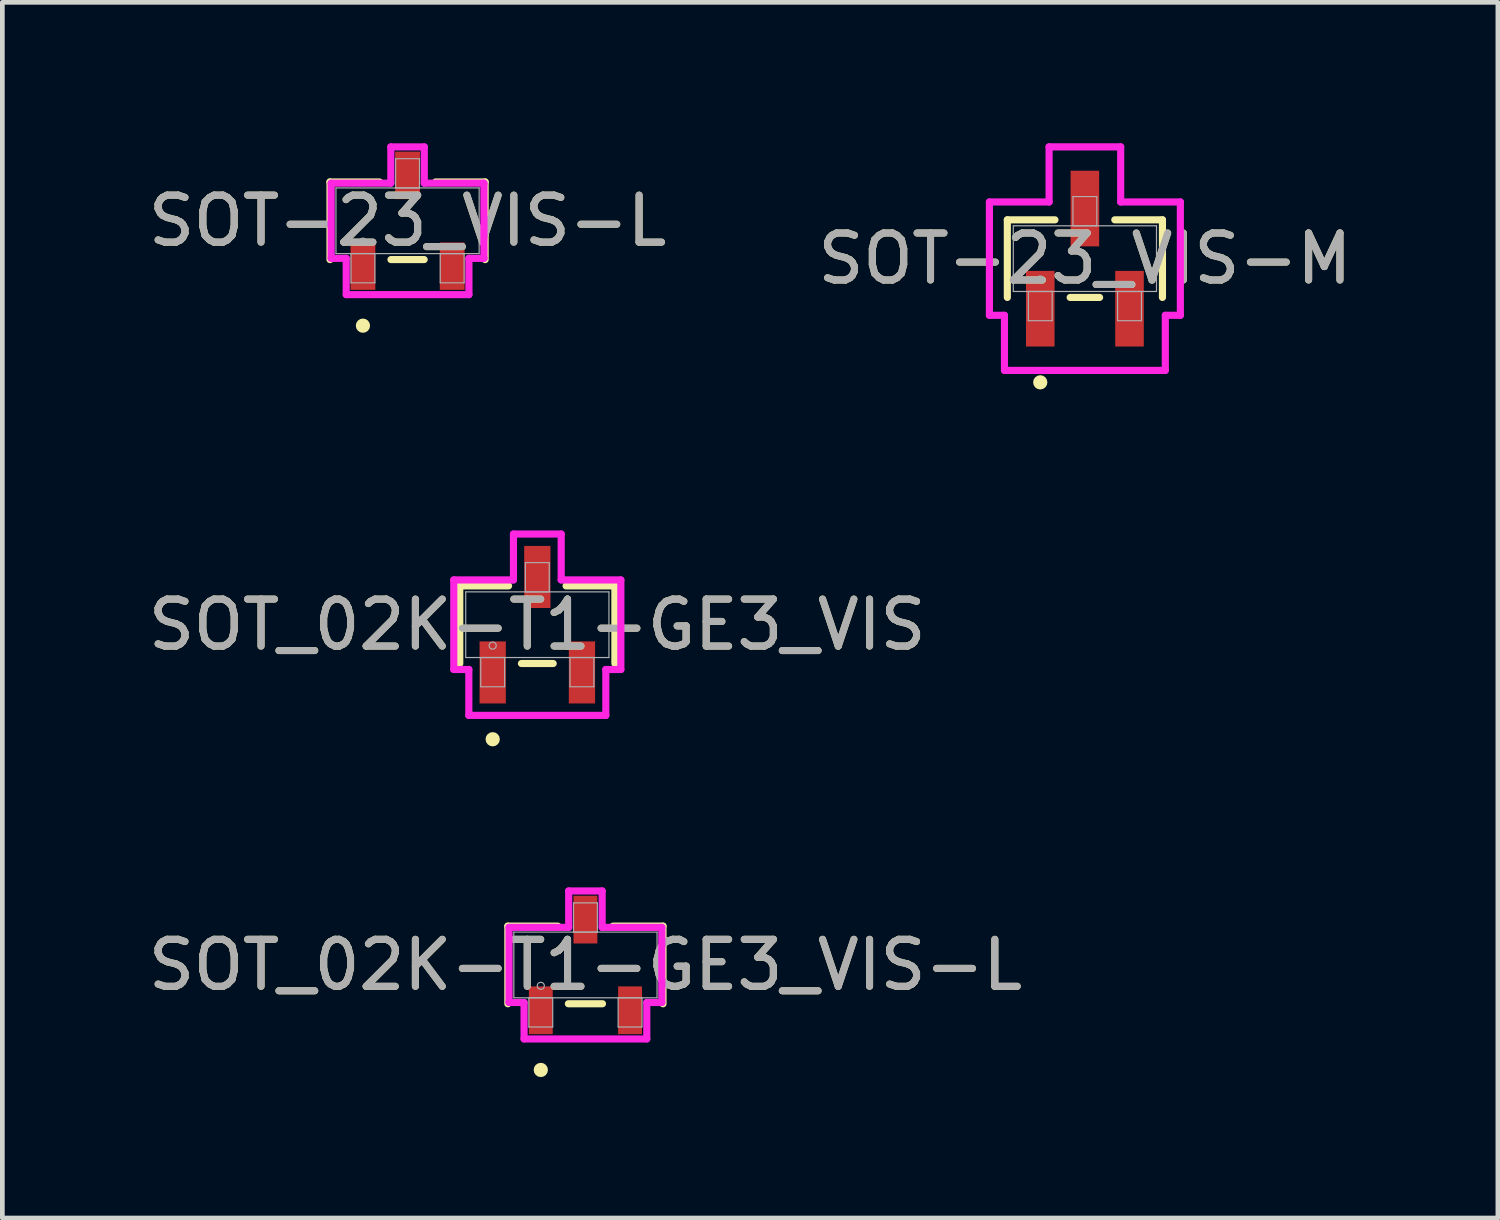
<source format=kicad_pcb>
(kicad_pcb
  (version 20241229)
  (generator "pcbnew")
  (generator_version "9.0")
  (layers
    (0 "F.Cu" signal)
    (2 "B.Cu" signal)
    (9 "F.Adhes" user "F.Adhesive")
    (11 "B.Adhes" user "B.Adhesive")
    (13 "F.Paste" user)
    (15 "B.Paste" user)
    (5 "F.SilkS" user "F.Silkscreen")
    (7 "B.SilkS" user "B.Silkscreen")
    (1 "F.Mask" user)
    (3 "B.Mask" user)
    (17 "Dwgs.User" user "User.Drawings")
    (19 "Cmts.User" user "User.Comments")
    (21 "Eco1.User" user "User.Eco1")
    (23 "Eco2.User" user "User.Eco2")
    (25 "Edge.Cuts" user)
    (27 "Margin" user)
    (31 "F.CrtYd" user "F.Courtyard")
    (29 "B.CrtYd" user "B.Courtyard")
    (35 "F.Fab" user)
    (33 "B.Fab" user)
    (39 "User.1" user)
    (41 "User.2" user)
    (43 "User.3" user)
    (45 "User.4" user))
  (footprint "SOT-23_VIS-L"
    (layer "F.Cu")
    (at 5.625 1.649)
    (property "Reference" "SOT-23_VIS-L" (at 0 0 0) (unlocked yes) (layer "F.SilkS") (effects (font (size 1 1) (thickness 0.15))))
    (attr smd)
    (fp_line (start -1.651 -0.826) (end -1.651 0.826) (stroke (width 0.152) (type solid)) (layer "F.SilkS"))
    (fp_line (start -0.597 -0.826) (end -1.651 -0.826) (stroke (width 0.152) (type solid)) (layer "F.SilkS"))
    (fp_line (start -0.353 0.826) (end 0.353 0.826) (stroke (width 0.152) (type solid)) (layer "F.SilkS"))
    (fp_line (start 1.651 -0.826) (end 0.597 -0.826) (stroke (width 0.152) (type solid)) (layer "F.SilkS"))
    (fp_line (start 1.651 0.826) (end 1.651 -0.826) (stroke (width 0.152) (type solid)) (layer "F.SilkS"))
    (fp_circle (center -0.95 2.233) (end -0.874 2.233) (stroke (width 0.152) (type solid)) (fill no) (layer "F.SilkS"))
    (fp_line (start -1.626 -0.8) (end -0.356 -0.8) (stroke (width 0.152) (type solid)) (layer "F.CrtYd"))
    (fp_line (start -1.626 0.8) (end -1.626 -0.8) (stroke (width 0.152) (type solid)) (layer "F.CrtYd"))
    (fp_line (start -1.626 0.8) (end -1.306 0.8) (stroke (width 0.152) (type solid)) (layer "F.CrtYd"))
    (fp_line (start -1.306 0.8) (end -1.306 1.572) (stroke (width 0.152) (type solid)) (layer "F.CrtYd"))
    (fp_line (start -1.306 1.572) (end 1.306 1.572) (stroke (width 0.152) (type solid)) (layer "F.CrtYd"))
    (fp_line (start -0.356 -1.572) (end 0.356 -1.572) (stroke (width 0.152) (type solid)) (layer "F.CrtYd"))
    (fp_line (start -0.356 -0.8) (end -0.356 -1.572) (stroke (width 0.152) (type solid)) (layer "F.CrtYd"))
    (fp_line (start 0.356 -0.8) (end 0.356 -1.572) (stroke (width 0.152) (type solid)) (layer "F.CrtYd"))
    (fp_line (start 1.306 0.8) (end 1.306 1.572) (stroke (width 0.152) (type solid)) (layer "F.CrtYd"))
    (fp_line (start 1.626 -0.8) (end 0.356 -0.8) (stroke (width 0.152) (type solid)) (layer "F.CrtYd"))
    (fp_line (start 1.626 -0.8) (end 1.626 0.8) (stroke (width 0.152) (type solid)) (layer "F.CrtYd"))
    (fp_line (start 1.626 0.8) (end 1.306 0.8) (stroke (width 0.152) (type solid)) (layer "F.CrtYd"))
    (fp_line (start -1.524 -0.699) (end -1.524 0.699) (stroke (width 0.025) (type solid)) (layer "F.Fab"))
    (fp_line (start -1.524 0.699) (end 1.524 0.699) (stroke (width 0.025) (type solid)) (layer "F.Fab"))
    (fp_line (start -1.204 0.699) (end -1.204 1.321) (stroke (width 0.025) (type solid)) (layer "F.Fab"))
    (fp_line (start -1.204 1.321) (end -0.696 1.321) (stroke (width 0.025) (type solid)) (layer "F.Fab"))
    (fp_line (start -0.696 0.699) (end -1.204 0.699) (stroke (width 0.025) (type solid)) (layer "F.Fab"))
    (fp_line (start -0.696 1.321) (end -0.696 0.699) (stroke (width 0.025) (type solid)) (layer "F.Fab"))
    (fp_line (start -0.254 -1.321) (end -0.254 -0.699) (stroke (width 0.025) (type solid)) (layer "F.Fab"))
    (fp_line (start -0.254 -0.699) (end 0.254 -0.699) (stroke (width 0.025) (type solid)) (layer "F.Fab"))
    (fp_line (start 0.254 -1.321) (end -0.254 -1.321) (stroke (width 0.025) (type solid)) (layer "F.Fab"))
    (fp_line (start 0.254 -0.699) (end 0.254 -1.321) (stroke (width 0.025) (type solid)) (layer "F.Fab"))
    (fp_line (start 0.696 0.699) (end 0.696 1.321) (stroke (width 0.025) (type solid)) (layer "F.Fab"))
    (fp_line (start 0.696 1.321) (end 1.204 1.321) (stroke (width 0.025) (type solid)) (layer "F.Fab"))
    (fp_line (start 1.204 0.699) (end 0.696 0.699) (stroke (width 0.025) (type solid)) (layer "F.Fab"))
    (fp_line (start 1.204 1.321) (end 1.204 0.699) (stroke (width 0.025) (type solid)) (layer "F.Fab"))
    (fp_line (start 1.524 -0.699) (end -1.524 -0.699) (stroke (width 0.025) (type solid)) (layer "F.Fab"))
    (fp_line (start 1.524 0.699) (end 1.524 -0.699) (stroke (width 0.025) (type solid)) (layer "F.Fab"))
    (fp_circle (center -0.95 0.445) (end -0.874 0.445) (stroke (width 0.025) (type solid)) (fill no) (layer "F.Fab"))
    (fp_text user "${REFERENCE}" (at 0 0 0) (unlocked yes) (layer "F.Fab") (effects (font (size 1 1) (thickness 0.15))))
    (pad "1" smd rect (at -0.95 0.966) (size 0.528 1.01) (layers "F.Cu" "F.Mask" "F.Paste"))
    (pad "2" smd rect (at 0.95 0.966) (size 0.528 1.01) (layers "F.Cu" "F.Mask" "F.Paste"))
    (pad "3" smd rect (at 0 -0.966) (size 0.528 1.01) (layers "F.Cu" "F.Mask" "F.Paste")))
  (footprint "SOT_02K-T1-GE3_VIS-L"
    (layer "F.Cu")
    (at 9.411 17.489)
    (property "Reference" "SOT_02K-T1-GE3_VIS-L" (at 0 0 0) (unlocked yes) (layer "F.SilkS") (effects (font (size 1 1) (thickness 0.15))))
    (attr smd)
    (fp_line (start -1.651 -0.826) (end -1.651 0.826) (stroke (width 0.152) (type solid)) (layer "F.SilkS"))
    (fp_line (start -0.587 -0.826) (end -1.651 -0.826) (stroke (width 0.152) (type solid)) (layer "F.SilkS"))
    (fp_line (start -0.363 0.826) (end 0.363 0.826) (stroke (width 0.152) (type solid)) (layer "F.SilkS"))
    (fp_line (start 1.651 -0.826) (end 0.587 -0.826) (stroke (width 0.152) (type solid)) (layer "F.SilkS"))
    (fp_line (start 1.651 0.826) (end 1.651 -0.826) (stroke (width 0.152) (type solid)) (layer "F.SilkS"))
    (fp_circle (center -0.95 2.235) (end -0.874 2.235) (stroke (width 0.152) (type solid)) (fill no) (layer "F.SilkS"))
    (fp_line (start -1.626 -0.8) (end -0.356 -0.8) (stroke (width 0.152) (type solid)) (layer "F.CrtYd"))
    (fp_line (start -1.626 0.8) (end -1.626 -0.8) (stroke (width 0.152) (type solid)) (layer "F.CrtYd"))
    (fp_line (start -1.626 0.8) (end -1.306 0.8) (stroke (width 0.152) (type solid)) (layer "F.CrtYd"))
    (fp_line (start -1.306 0.8) (end -1.306 1.575) (stroke (width 0.152) (type solid)) (layer "F.CrtYd"))
    (fp_line (start -1.306 1.575) (end 1.306 1.575) (stroke (width 0.152) (type solid)) (layer "F.CrtYd"))
    (fp_line (start -0.356 -1.575) (end 0.356 -1.575) (stroke (width 0.152) (type solid)) (layer "F.CrtYd"))
    (fp_line (start -0.356 -0.8) (end -0.356 -1.575) (stroke (width 0.152) (type solid)) (layer "F.CrtYd"))
    (fp_line (start 0.356 -0.8) (end 0.356 -1.575) (stroke (width 0.152) (type solid)) (layer "F.CrtYd"))
    (fp_line (start 1.306 0.8) (end 1.306 1.575) (stroke (width 0.152) (type solid)) (layer "F.CrtYd"))
    (fp_line (start 1.626 -0.8) (end 0.356 -0.8) (stroke (width 0.152) (type solid)) (layer "F.CrtYd"))
    (fp_line (start 1.626 -0.8) (end 1.626 0.8) (stroke (width 0.152) (type solid)) (layer "F.CrtYd"))
    (fp_line (start 1.626 0.8) (end 1.306 0.8) (stroke (width 0.152) (type solid)) (layer "F.CrtYd"))
    (fp_line (start -1.524 -0.699) (end -1.524 0.699) (stroke (width 0.025) (type solid)) (layer "F.Fab"))
    (fp_line (start -1.524 0.699) (end 1.524 0.699) (stroke (width 0.025) (type solid)) (layer "F.Fab"))
    (fp_line (start -1.204 0.699) (end -1.204 1.321) (stroke (width 0.025) (type solid)) (layer "F.Fab"))
    (fp_line (start -1.204 1.321) (end -0.696 1.321) (stroke (width 0.025) (type solid)) (layer "F.Fab"))
    (fp_line (start -0.696 0.699) (end -1.204 0.699) (stroke (width 0.025) (type solid)) (layer "F.Fab"))
    (fp_line (start -0.696 1.321) (end -0.696 0.699) (stroke (width 0.025) (type solid)) (layer "F.Fab"))
    (fp_line (start -0.254 -1.321) (end -0.254 -0.699) (stroke (width 0.025) (type solid)) (layer "F.Fab"))
    (fp_line (start -0.254 -0.699) (end 0.254 -0.699) (stroke (width 0.025) (type solid)) (layer "F.Fab"))
    (fp_line (start 0.254 -1.321) (end -0.254 -1.321) (stroke (width 0.025) (type solid)) (layer "F.Fab"))
    (fp_line (start 0.254 -0.699) (end 0.254 -1.321) (stroke (width 0.025) (type solid)) (layer "F.Fab"))
    (fp_line (start 0.696 0.699) (end 0.696 1.321) (stroke (width 0.025) (type solid)) (layer "F.Fab"))
    (fp_line (start 0.696 1.321) (end 1.204 1.321) (stroke (width 0.025) (type solid)) (layer "F.Fab"))
    (fp_line (start 1.204 0.699) (end 0.696 0.699) (stroke (width 0.025) (type solid)) (layer "F.Fab"))
    (fp_line (start 1.204 1.321) (end 1.204 0.699) (stroke (width 0.025) (type solid)) (layer "F.Fab"))
    (fp_line (start 1.524 -0.699) (end -1.524 -0.699) (stroke (width 0.025) (type solid)) (layer "F.Fab"))
    (fp_line (start 1.524 0.699) (end 1.524 -0.699) (stroke (width 0.025) (type solid)) (layer "F.Fab"))
    (fp_circle (center -0.95 0.445) (end -0.874 0.445) (stroke (width 0.025) (type solid)) (fill no) (layer "F.Fab"))
    (fp_text user "${REFERENCE}" (at 0 0 0) (unlocked yes) (layer "F.Fab") (effects (font (size 1 1) (thickness 0.15))))
    (pad "1" smd rect (at -0.95 0.965) (size 0.508 1.016) (layers "F.Cu" "F.Mask" "F.Paste"))
    (pad "2" smd rect (at 0.95 0.965) (size 0.508 1.016) (layers "F.Cu" "F.Mask" "F.Paste"))
    (pad "3" smd rect (at 0 -0.965) (size 0.508 1.016) (layers "F.Cu" "F.Mask" "F.Paste")))
  (footprint "SOT_02K-T1-GE3_VIS"
    (layer "F.Cu")
    (at 8.387 10.247)
    (property "Reference" "SOT_02K-T1-GE3_VIS" (at 0 0 0) (unlocked yes) (layer "F.SilkS") (effects (font (size 1 1) (thickness 0.15))))
    (attr smd)
    (fp_line (start -1.651 -0.826) (end -1.651 0.826) (stroke (width 0.152) (type solid)) (layer "F.SilkS"))
    (fp_line (start -0.612 -0.826) (end -1.651 -0.826) (stroke (width 0.152) (type solid)) (layer "F.SilkS"))
    (fp_line (start -0.338 0.826) (end 0.338 0.826) (stroke (width 0.152) (type solid)) (layer "F.SilkS"))
    (fp_line (start 1.651 -0.826) (end 0.612 -0.826) (stroke (width 0.152) (type solid)) (layer "F.SilkS"))
    (fp_line (start 1.651 0.826) (end 1.651 -0.826) (stroke (width 0.152) (type solid)) (layer "F.SilkS"))
    (fp_circle (center -0.95 2.438) (end -0.874 2.438) (stroke (width 0.152) (type solid)) (fill no) (layer "F.SilkS"))
    (fp_line (start -1.778 -0.953) (end -0.508 -0.953) (stroke (width 0.152) (type solid)) (layer "F.CrtYd"))
    (fp_line (start -1.778 0.953) (end -1.778 -0.953) (stroke (width 0.152) (type solid)) (layer "F.CrtYd"))
    (fp_line (start -1.778 0.953) (end -1.458 0.953) (stroke (width 0.152) (type solid)) (layer "F.CrtYd"))
    (fp_line (start -1.458 0.953) (end -1.458 1.93) (stroke (width 0.152) (type solid)) (layer "F.CrtYd"))
    (fp_line (start -1.458 1.93) (end 1.458 1.93) (stroke (width 0.152) (type solid)) (layer "F.CrtYd"))
    (fp_line (start -0.508 -1.93) (end 0.508 -1.93) (stroke (width 0.152) (type solid)) (layer "F.CrtYd"))
    (fp_line (start -0.508 -0.953) (end -0.508 -1.93) (stroke (width 0.152) (type solid)) (layer "F.CrtYd"))
    (fp_line (start 0.508 -0.953) (end 0.508 -1.93) (stroke (width 0.152) (type solid)) (layer "F.CrtYd"))
    (fp_line (start 1.458 0.953) (end 1.458 1.93) (stroke (width 0.152) (type solid)) (layer "F.CrtYd"))
    (fp_line (start 1.778 -0.953) (end 0.508 -0.953) (stroke (width 0.152) (type solid)) (layer "F.CrtYd"))
    (fp_line (start 1.778 -0.953) (end 1.778 0.953) (stroke (width 0.152) (type solid)) (layer "F.CrtYd"))
    (fp_line (start 1.778 0.953) (end 1.458 0.953) (stroke (width 0.152) (type solid)) (layer "F.CrtYd"))
    (fp_line (start -1.524 -0.699) (end -1.524 0.699) (stroke (width 0.025) (type solid)) (layer "F.Fab"))
    (fp_line (start -1.524 0.699) (end 1.524 0.699) (stroke (width 0.025) (type solid)) (layer "F.Fab"))
    (fp_line (start -1.204 0.699) (end -1.204 1.321) (stroke (width 0.025) (type solid)) (layer "F.Fab"))
    (fp_line (start -1.204 1.321) (end -0.696 1.321) (stroke (width 0.025) (type solid)) (layer "F.Fab"))
    (fp_line (start -0.696 0.699) (end -1.204 0.699) (stroke (width 0.025) (type solid)) (layer "F.Fab"))
    (fp_line (start -0.696 1.321) (end -0.696 0.699) (stroke (width 0.025) (type solid)) (layer "F.Fab"))
    (fp_line (start -0.254 -1.321) (end -0.254 -0.699) (stroke (width 0.025) (type solid)) (layer "F.Fab"))
    (fp_line (start -0.254 -0.699) (end 0.254 -0.699) (stroke (width 0.025) (type solid)) (layer "F.Fab"))
    (fp_line (start 0.254 -1.321) (end -0.254 -1.321) (stroke (width 0.025) (type solid)) (layer "F.Fab"))
    (fp_line (start 0.254 -0.699) (end 0.254 -1.321) (stroke (width 0.025) (type solid)) (layer "F.Fab"))
    (fp_line (start 0.696 0.699) (end 0.696 1.321) (stroke (width 0.025) (type solid)) (layer "F.Fab"))
    (fp_line (start 0.696 1.321) (end 1.204 1.321) (stroke (width 0.025) (type solid)) (layer "F.Fab"))
    (fp_line (start 1.204 0.699) (end 0.696 0.699) (stroke (width 0.025) (type solid)) (layer "F.Fab"))
    (fp_line (start 1.204 1.321) (end 1.204 0.699) (stroke (width 0.025) (type solid)) (layer "F.Fab"))
    (fp_line (start 1.524 -0.699) (end -1.524 -0.699) (stroke (width 0.025) (type solid)) (layer "F.Fab"))
    (fp_line (start 1.524 0.699) (end 1.524 -0.699) (stroke (width 0.025) (type solid)) (layer "F.Fab"))
    (fp_circle (center -0.95 0.445) (end -0.874 0.445) (stroke (width 0.025) (type solid)) (fill no) (layer "F.Fab"))
    (fp_text user "${REFERENCE}" (at 0 0 0) (unlocked yes) (layer "F.Fab") (effects (font (size 1 1) (thickness 0.15))))
    (pad "1" smd rect (at -0.95 1.016) (size 0.559 1.321) (layers "F.Cu" "F.Mask" "F.Paste"))
    (pad "2" smd rect (at 0.95 1.016) (size 0.559 1.321) (layers "F.Cu" "F.Mask" "F.Paste"))
    (pad "3" smd rect (at 0 -1.016) (size 0.559 1.321) (layers "F.Cu" "F.Mask" "F.Paste")))
  (footprint "SOT-23_VIS-M"
    (layer "F.Cu")
    (at 20.042 2.455)
    (property "Reference" "SOT-23_VIS-M" (at 0 0 0) (unlocked yes) (layer "F.SilkS") (effects (font (size 1 1) (thickness 0.15))))
    (attr smd)
    (fp_line (start -1.651 -0.826) (end -1.651 0.826) (stroke (width 0.152) (type solid)) (layer "F.SilkS"))
    (fp_line (start -0.637 -0.826) (end -1.651 -0.826) (stroke (width 0.152) (type solid)) (layer "F.SilkS"))
    (fp_line (start -0.313 0.826) (end 0.313 0.826) (stroke (width 0.152) (type solid)) (layer "F.SilkS"))
    (fp_line (start 1.651 -0.826) (end 0.637 -0.826) (stroke (width 0.152) (type solid)) (layer "F.SilkS"))
    (fp_line (start 1.651 0.826) (end 1.651 -0.826) (stroke (width 0.152) (type solid)) (layer "F.SilkS"))
    (fp_circle (center -0.95 2.633) (end -0.874 2.633) (stroke (width 0.152) (type solid)) (fill no) (layer "F.SilkS"))
    (fp_line (start -2.032 -1.206) (end -0.762 -1.206) (stroke (width 0.152) (type solid)) (layer "F.CrtYd"))
    (fp_line (start -2.032 1.206) (end -2.032 -1.206) (stroke (width 0.152) (type solid)) (layer "F.CrtYd"))
    (fp_line (start -2.032 1.206) (end -1.712 1.206) (stroke (width 0.152) (type solid)) (layer "F.CrtYd"))
    (fp_line (start -1.712 1.206) (end -1.712 2.379) (stroke (width 0.152) (type solid)) (layer "F.CrtYd"))
    (fp_line (start -1.712 2.379) (end 1.712 2.379) (stroke (width 0.152) (type solid)) (layer "F.CrtYd"))
    (fp_line (start -0.762 -2.379) (end 0.762 -2.379) (stroke (width 0.152) (type solid)) (layer "F.CrtYd"))
    (fp_line (start -0.762 -1.206) (end -0.762 -2.379) (stroke (width 0.152) (type solid)) (layer "F.CrtYd"))
    (fp_line (start 0.762 -1.206) (end 0.762 -2.379) (stroke (width 0.152) (type solid)) (layer "F.CrtYd"))
    (fp_line (start 1.712 1.206) (end 1.712 2.379) (stroke (width 0.152) (type solid)) (layer "F.CrtYd"))
    (fp_line (start 2.032 -1.206) (end 0.762 -1.206) (stroke (width 0.152) (type solid)) (layer "F.CrtYd"))
    (fp_line (start 2.032 -1.206) (end 2.032 1.206) (stroke (width 0.152) (type solid)) (layer "F.CrtYd"))
    (fp_line (start 2.032 1.206) (end 1.712 1.206) (stroke (width 0.152) (type solid)) (layer "F.CrtYd"))
    (fp_line (start -1.524 -0.699) (end -1.524 0.699) (stroke (width 0.025) (type solid)) (layer "F.Fab"))
    (fp_line (start -1.524 0.699) (end 1.524 0.699) (stroke (width 0.025) (type solid)) (layer "F.Fab"))
    (fp_line (start -1.204 0.699) (end -1.204 1.321) (stroke (width 0.025) (type solid)) (layer "F.Fab"))
    (fp_line (start -1.204 1.321) (end -0.696 1.321) (stroke (width 0.025) (type solid)) (layer "F.Fab"))
    (fp_line (start -0.696 0.699) (end -1.204 0.699) (stroke (width 0.025) (type solid)) (layer "F.Fab"))
    (fp_line (start -0.696 1.321) (end -0.696 0.699) (stroke (width 0.025) (type solid)) (layer "F.Fab"))
    (fp_line (start -0.254 -1.321) (end -0.254 -0.699) (stroke (width 0.025) (type solid)) (layer "F.Fab"))
    (fp_line (start -0.254 -0.699) (end 0.254 -0.699) (stroke (width 0.025) (type solid)) (layer "F.Fab"))
    (fp_line (start 0.254 -1.321) (end -0.254 -1.321) (stroke (width 0.025) (type solid)) (layer "F.Fab"))
    (fp_line (start 0.254 -0.699) (end 0.254 -1.321) (stroke (width 0.025) (type solid)) (layer "F.Fab"))
    (fp_line (start 0.696 0.699) (end 0.696 1.321) (stroke (width 0.025) (type solid)) (layer "F.Fab"))
    (fp_line (start 0.696 1.321) (end 1.204 1.321) (stroke (width 0.025) (type solid)) (layer "F.Fab"))
    (fp_line (start 1.204 0.699) (end 0.696 0.699) (stroke (width 0.025) (type solid)) (layer "F.Fab"))
    (fp_line (start 1.204 1.321) (end 1.204 0.699) (stroke (width 0.025) (type solid)) (layer "F.Fab"))
    (fp_line (start 1.524 -0.699) (end -1.524 -0.699) (stroke (width 0.025) (type solid)) (layer "F.Fab"))
    (fp_line (start 1.524 0.699) (end 1.524 -0.699) (stroke (width 0.025) (type solid)) (layer "F.Fab"))
    (fp_circle (center -0.95 0.445) (end -0.874 0.445) (stroke (width 0.025) (type solid)) (fill no) (layer "F.Fab"))
    (fp_text user "${REFERENCE}" (at 0 0 0) (unlocked yes) (layer "F.Fab") (effects (font (size 1 1) (thickness 0.15))))
    (pad "1" smd rect (at -0.95 1.066) (size 0.608 1.61) (layers "F.Cu" "F.Mask" "F.Paste"))
    (pad "2" smd rect (at 0.95 1.066) (size 0.608 1.61) (layers "F.Cu" "F.Mask" "F.Paste"))
    (pad "3" smd rect (at 0 -1.066) (size 0.608 1.61) (layers "F.Cu" "F.Mask" "F.Paste")))
  (gr_rect
    (start -3 -3)
    (end 28.833 22.876)
    (stroke (width 0.1) (type default))
    (fill no)
    (layer "Edge.Cuts")))
</source>
